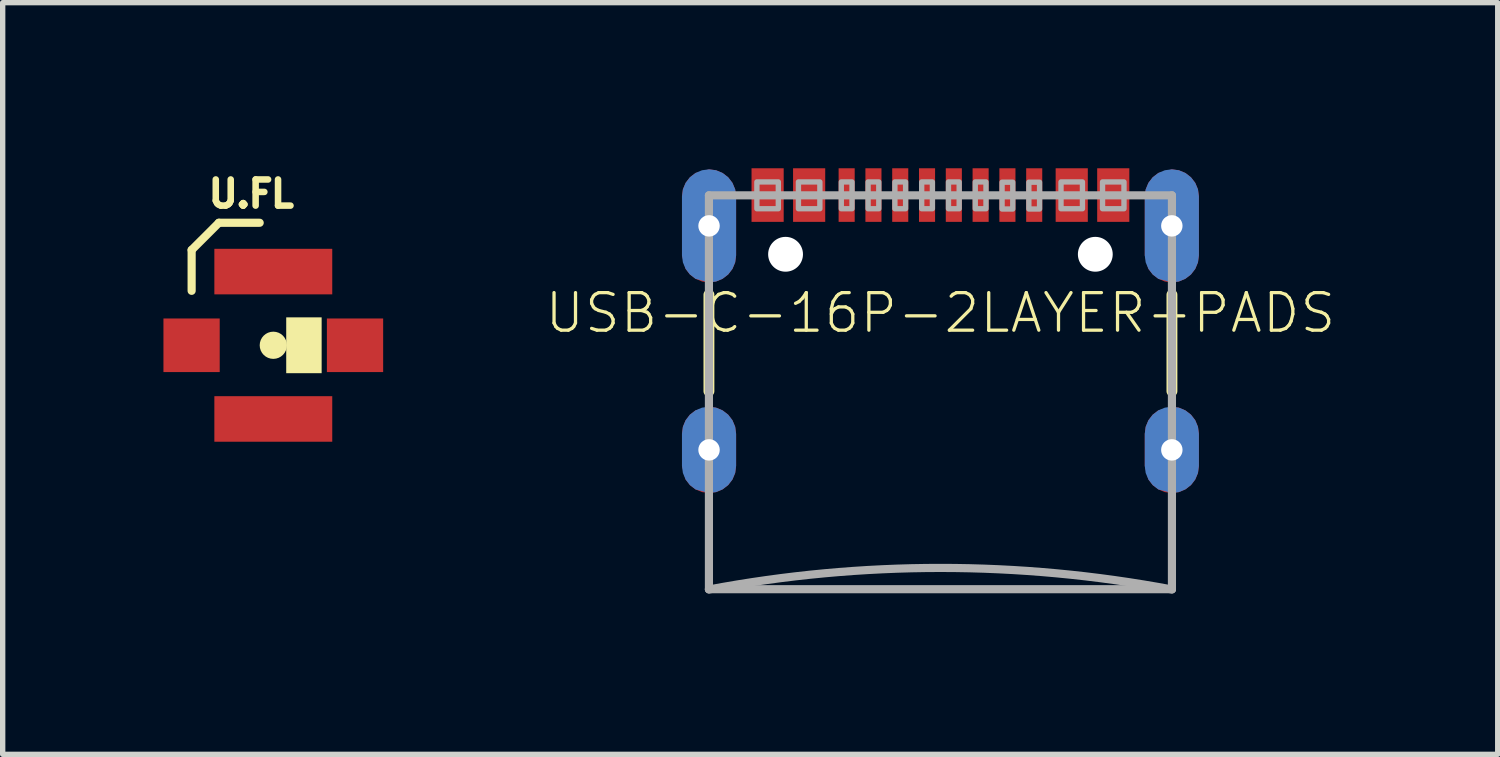
<source format=kicad_pcb>
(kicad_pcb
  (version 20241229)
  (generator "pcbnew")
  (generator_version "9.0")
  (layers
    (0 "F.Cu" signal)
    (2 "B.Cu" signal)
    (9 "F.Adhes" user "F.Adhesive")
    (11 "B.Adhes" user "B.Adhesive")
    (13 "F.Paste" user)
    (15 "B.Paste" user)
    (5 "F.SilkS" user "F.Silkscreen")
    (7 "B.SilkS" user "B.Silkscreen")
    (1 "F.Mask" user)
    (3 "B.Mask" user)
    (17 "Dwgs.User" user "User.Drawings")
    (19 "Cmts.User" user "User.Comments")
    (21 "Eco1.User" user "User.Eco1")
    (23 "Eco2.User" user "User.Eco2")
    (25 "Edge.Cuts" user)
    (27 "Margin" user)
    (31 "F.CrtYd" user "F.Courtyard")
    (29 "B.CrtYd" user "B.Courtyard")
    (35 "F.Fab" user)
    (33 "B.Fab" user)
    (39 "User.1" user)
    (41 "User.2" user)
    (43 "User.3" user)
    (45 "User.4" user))
  (footprint "USB-C-16P-2LAYER-PADS"
    (layer "F.Cu")
    (at 14.499 0.25)
    (property "Reference" "USB-C-16P-2LAYER-PADS" (at 0 2.54 0) (layer "F.SilkS") (effects (font (size 0.701 0.701) (thickness 0.061))))
    (fp_poly (pts (xy -4.187 -0.123) (xy -4.065 -0.072) (xy -3.961 0.008) (xy -3.881 0.112) (xy -3.83 0.234) (xy -3.813 0.365) (xy -3.813 1.465) (xy -3.83 1.596) (xy -3.881 1.718) (xy -3.961 1.822) (xy -4.065 1.902) (xy -4.187 1.953) (xy -4.318 1.97) (xy -4.449 1.953) (xy -4.571 1.902) (xy -4.675 1.822) (xy -4.756 1.717) (xy -4.823 1.466) (xy -4.823 0.365) (xy -4.806 0.234) (xy -4.755 0.112) (xy -4.675 0.008) (xy -4.57 -0.073) (xy -4.318 -0.14)) (stroke (width 0) (type default)) (fill yes) (layer "F.Cu"))
    (fp_poly (pts (xy -4.187 4.307) (xy -4.065 4.358) (xy -3.961 4.438) (xy -3.881 4.542) (xy -3.83 4.664) (xy -3.813 4.795) (xy -3.813 5.395) (xy -3.83 5.526) (xy -3.881 5.648) (xy -3.961 5.752) (xy -4.065 5.832) (xy -4.187 5.883) (xy -4.318 5.9) (xy -4.449 5.883) (xy -4.571 5.832) (xy -4.675 5.752) (xy -4.756 5.647) (xy -4.823 5.396) (xy -4.823 4.795) (xy -4.806 4.664) (xy -4.755 4.542) (xy -4.675 4.438) (xy -4.57 4.357) (xy -4.318 4.29)) (stroke (width 0) (type default)) (fill yes) (layer "F.Cu"))
    (fp_poly (pts (xy 4.449 -0.123) (xy 4.571 -0.072) (xy 4.675 0.008) (xy 4.755 0.112) (xy 4.806 0.234) (xy 4.823 0.365) (xy 4.823 1.465) (xy 4.806 1.596) (xy 4.755 1.718) (xy 4.675 1.822) (xy 4.571 1.902) (xy 4.449 1.953) (xy 4.318 1.97) (xy 4.187 1.953) (xy 4.065 1.902) (xy 3.961 1.822) (xy 3.88 1.717) (xy 3.813 1.466) (xy 3.813 0.365) (xy 3.83 0.234) (xy 3.881 0.112) (xy 3.961 0.008) (xy 4.066 -0.073) (xy 4.318 -0.14)) (stroke (width 0) (type default)) (fill yes) (layer "F.Cu"))
    (fp_poly (pts (xy 4.449 4.307) (xy 4.571 4.358) (xy 4.675 4.438) (xy 4.755 4.542) (xy 4.806 4.664) (xy 4.823 4.795) (xy 4.823 5.395) (xy 4.806 5.526) (xy 4.755 5.648) (xy 4.675 5.752) (xy 4.571 5.832) (xy 4.449 5.883) (xy 4.318 5.9) (xy 4.187 5.883) (xy 4.065 5.832) (xy 3.961 5.752) (xy 3.88 5.647) (xy 3.813 5.396) (xy 3.813 4.795) (xy 3.83 4.664) (xy 3.881 4.542) (xy 3.961 4.438) (xy 4.066 4.357) (xy 4.318 4.29)) (stroke (width 0) (type default)) (fill yes) (layer "F.Cu"))
    (fp_poly (pts (xy -4.169 -0.226) (xy -4.026 -0.173) (xy -3.902 -0.085) (xy -3.804 0.032) (xy -3.741 0.17) (xy -3.715 0.32) (xy -3.715 1.52) (xy -3.742 1.669) (xy -3.806 1.805) (xy -3.904 1.92) (xy -4.028 2.007) (xy -4.17 2.058) (xy -4.32 2.07) (xy -4.47 2.058) (xy -4.612 2.007) (xy -4.736 1.92) (xy -4.834 1.805) (xy -4.925 1.521) (xy -4.925 0.32) (xy -4.899 0.17) (xy -4.836 0.032) (xy -4.738 -0.085) (xy -4.614 -0.174) (xy -4.32 -0.24)) (stroke (width 0) (type default)) (fill yes) (layer "F.Mask"))
    (fp_poly (pts (xy -4.163 4.211) (xy -4.017 4.273) (xy -3.891 4.37) (xy -3.795 4.496) (xy -3.735 4.643) (xy -3.715 4.8) (xy -3.715 5.4) (xy -3.736 5.556) (xy -3.797 5.701) (xy -3.893 5.825) (xy -4.018 5.921) (xy -4.164 5.98) (xy -4.32 6) (xy -4.476 5.98) (xy -4.622 5.921) (xy -4.747 5.825) (xy -4.843 5.701) (xy -4.925 5.401) (xy -4.925 4.8) (xy -4.905 4.643) (xy -4.845 4.496) (xy -4.749 4.37) (xy -4.623 4.272) (xy -4.32 4.19)) (stroke (width 0) (type default)) (fill yes) (layer "F.Mask"))
    (fp_poly (pts (xy 4.471 -0.226) (xy 4.614 -0.173) (xy 4.738 -0.085) (xy 4.836 0.032) (xy 4.899 0.17) (xy 4.925 0.32) (xy 4.925 1.52) (xy 4.898 1.669) (xy 4.834 1.805) (xy 4.736 1.92) (xy 4.612 2.007) (xy 4.47 2.058) (xy 4.32 2.07) (xy 4.17 2.058) (xy 4.028 2.007) (xy 3.904 1.92) (xy 3.806 1.805) (xy 3.715 1.521) (xy 3.715 0.32) (xy 3.741 0.17) (xy 3.804 0.032) (xy 3.902 -0.085) (xy 4.026 -0.174) (xy 4.32 -0.24)) (stroke (width 0) (type default)) (fill yes) (layer "F.Mask"))
    (fp_poly (pts (xy 4.477 4.211) (xy 4.623 4.273) (xy 4.749 4.37) (xy 4.845 4.496) (xy 4.905 4.643) (xy 4.925 4.8) (xy 4.925 5.4) (xy 4.904 5.556) (xy 4.843 5.701) (xy 4.747 5.825) (xy 4.622 5.921) (xy 4.476 5.98) (xy 4.32 6) (xy 4.164 5.98) (xy 4.018 5.921) (xy 3.893 5.825) (xy 3.797 5.701) (xy 3.715 5.401) (xy 3.715 4.8) (xy 3.735 4.643) (xy 3.795 4.496) (xy 3.891 4.37) (xy 4.017 4.272) (xy 4.32 4.19)) (stroke (width 0) (type default)) (fill yes) (layer "F.Mask"))
    (fp_poly (pts (xy -4.187 -0.123) (xy -4.065 -0.072) (xy -3.961 0.008) (xy -3.881 0.112) (xy -3.83 0.234) (xy -3.813 0.365) (xy -3.813 1.465) (xy -3.83 1.596) (xy -3.881 1.718) (xy -3.961 1.822) (xy -4.065 1.902) (xy -4.187 1.953) (xy -4.318 1.97) (xy -4.57 1.903) (xy -4.675 1.822) (xy -4.755 1.718) (xy -4.806 1.596) (xy -4.823 1.465) (xy -4.823 0.365) (xy -4.806 0.234) (xy -4.755 0.112) (xy -4.675 0.008) (xy -4.571 -0.072) (xy -4.449 -0.123) (xy -4.318 -0.14)) (stroke (width 0) (type default)) (fill yes) (layer "B.Cu"))
    (fp_poly (pts (xy -4.187 4.307) (xy -4.065 4.358) (xy -3.961 4.438) (xy -3.881 4.542) (xy -3.83 4.664) (xy -3.813 4.795) (xy -3.813 5.395) (xy -3.83 5.526) (xy -3.881 5.648) (xy -3.961 5.752) (xy -4.065 5.832) (xy -4.187 5.883) (xy -4.318 5.9) (xy -4.57 5.833) (xy -4.675 5.752) (xy -4.755 5.648) (xy -4.806 5.526) (xy -4.823 5.395) (xy -4.823 4.795) (xy -4.806 4.664) (xy -4.755 4.542) (xy -4.675 4.438) (xy -4.571 4.358) (xy -4.449 4.307) (xy -4.318 4.29)) (stroke (width 0) (type default)) (fill yes) (layer "B.Cu"))
    (fp_poly (pts (xy 4.449 -0.123) (xy 4.571 -0.072) (xy 4.675 0.008) (xy 4.755 0.112) (xy 4.806 0.234) (xy 4.823 0.365) (xy 4.823 1.465) (xy 4.806 1.596) (xy 4.755 1.718) (xy 4.675 1.822) (xy 4.571 1.902) (xy 4.449 1.953) (xy 4.318 1.97) (xy 4.066 1.903) (xy 3.961 1.822) (xy 3.881 1.718) (xy 3.83 1.596) (xy 3.813 1.465) (xy 3.813 0.365) (xy 3.83 0.234) (xy 3.881 0.112) (xy 3.961 0.008) (xy 4.065 -0.072) (xy 4.187 -0.123) (xy 4.318 -0.14)) (stroke (width 0) (type default)) (fill yes) (layer "B.Cu"))
    (fp_poly (pts (xy 4.449 4.307) (xy 4.571 4.358) (xy 4.675 4.438) (xy 4.755 4.542) (xy 4.806 4.664) (xy 4.823 4.795) (xy 4.823 5.395) (xy 4.806 5.526) (xy 4.755 5.648) (xy 4.675 5.752) (xy 4.571 5.832) (xy 4.449 5.883) (xy 4.318 5.9) (xy 4.066 5.833) (xy 3.961 5.752) (xy 3.881 5.648) (xy 3.83 5.526) (xy 3.813 5.395) (xy 3.813 4.795) (xy 3.83 4.664) (xy 3.881 4.542) (xy 3.961 4.438) (xy 4.065 4.358) (xy 4.187 4.307) (xy 4.318 4.29)) (stroke (width 0) (type default)) (fill yes) (layer "B.Cu"))
    (fp_line (start -4.32 2.2) (end -4.32 4) (stroke (width 0.203) (type solid)) (layer "F.SilkS"))
    (fp_line (start 4.32 2.2) (end 4.32 4) (stroke (width 0.203) (type solid)) (layer "F.SilkS"))
    (fp_poly (pts (xy -4.219 -0.146) (xy -4.094 -0.103) (xy -3.984 -0.029) (xy -3.898 0.071) (xy -3.84 0.19) (xy -3.815 0.32) (xy -3.815 1.521) (xy -3.854 1.668) (xy -3.937 1.796) (xy -4.056 1.892) (xy -4.35 1.955) (xy -4.491 1.939) (xy -4.621 1.88) (xy -4.727 1.784) (xy -4.825 1.521) (xy -4.825 0.32) (xy -4.802 0.173) (xy -4.734 0.041) (xy -4.629 -0.065) (xy -4.351 -0.155)) (stroke (width 0) (type default)) (fill yes) (layer "F.Paste"))
    (fp_poly (pts (xy -4.147 4.322) (xy -4.011 4.395) (xy -3.903 4.507) (xy -3.815 4.799) (xy -3.815 5.4) (xy -3.836 5.553) (xy -3.904 5.693) (xy -4.011 5.805) (xy -4.299 5.905) (xy -4.434 5.89) (xy -4.559 5.841) (xy -4.667 5.761) (xy -4.751 5.656) (xy -4.825 5.401) (xy -4.825 4.8) (xy -4.805 4.667) (xy -4.751 4.544) (xy -4.667 4.439) (xy -4.559 4.359) (xy -4.3 4.295)) (stroke (width 0) (type default)) (fill yes) (layer "F.Paste"))
    (fp_poly (pts (xy 4.43 -0.145) (xy 4.553 -0.101) (xy 4.661 -0.026) (xy 4.745 0.073) (xy 4.801 0.191) (xy 4.825 0.32) (xy 4.825 1.521) (xy 4.787 1.667) (xy 4.707 1.794) (xy 4.59 1.89) (xy 4.3 1.955) (xy 4.164 1.949) (xy 4.035 1.902) (xy 3.927 1.816) (xy 3.815 1.571) (xy 3.815 0.37) (xy 3.827 0.239) (xy 3.873 0.115) (xy 3.949 0.007) (xy 4.05 -0.077) (xy 4.299 -0.155)) (stroke (width 0) (type default)) (fill yes) (layer "F.Paste"))
    (fp_poly (pts (xy 4.434 4.31) (xy 4.559 4.359) (xy 4.667 4.439) (xy 4.751 4.544) (xy 4.805 4.667) (xy 4.825 4.8) (xy 4.825 5.4) (xy 4.806 5.552) (xy 4.74 5.691) (xy 4.635 5.803) (xy 4.351 5.905) (xy 4.221 5.899) (xy 4.097 5.859) (xy 3.989 5.789) (xy 3.901 5.692) (xy 3.815 5.451) (xy 3.815 4.85) (xy 3.824 4.715) (xy 3.867 4.586) (xy 3.942 4.472) (xy 4.045 4.382) (xy 4.299 4.295)) (stroke (width 0) (type default)) (fill yes) (layer "F.Paste"))
    (fp_line (start -4.32 0.345) (end -4.32 1.965) (stroke (width 0.01) (type solid)) (layer "F.Fab"))
    (fp_line (start -4.32 0.345) (end 4.32 0.345) (stroke (width 0.152) (type solid)) (layer "F.Fab"))
    (fp_line (start -4.32 4.295) (end -4.32 5.895) (stroke (width 0.01) (type solid)) (layer "F.Fab"))
    (fp_line (start -4.32 7.695) (end -4.32 0.345) (stroke (width 0.152) (type solid)) (layer "F.Fab"))
    (fp_line (start -4.32 7.695) (end 4.32 7.695) (stroke (width 0.152) (type solid)) (layer "F.Fab"))
    (fp_line (start 4.32 0.345) (end 4.32 1.965) (stroke (width 0.01) (type solid)) (layer "F.Fab"))
    (fp_line (start 4.32 0.345) (end 4.32 7.695) (stroke (width 0.152) (type solid)) (layer "F.Fab"))
    (fp_line (start 4.32 4.295) (end 4.32 5.895) (stroke (width 0.01) (type solid)) (layer "F.Fab"))
    (fp_arc (start -4.32 7.7) (mid 0 7.297675) (end 4.32 7.7) (stroke (width 0.1524) (type solid)) (layer "F.Fab"))
    (fp_poly (pts (xy -3.425 0.595) (xy -3.025 0.595) (xy -3.025 0.095) (xy -3.425 0.095)) (stroke (width 0.1) (type default)) (fill no) (layer "F.Fab"))
    (fp_poly (pts (xy -2.65 0.595) (xy -2.25 0.595) (xy -2.25 0.095) (xy -2.65 0.095)) (stroke (width 0.1) (type default)) (fill no) (layer "F.Fab"))
    (fp_poly (pts (xy -1.85 0.595) (xy -1.65 0.595) (xy -1.65 0.095) (xy -1.85 0.095)) (stroke (width 0.1) (type default)) (fill no) (layer "F.Fab"))
    (fp_poly (pts (xy -1.35 0.595) (xy -1.15 0.595) (xy -1.15 0.095) (xy -1.35 0.095)) (stroke (width 0.1) (type default)) (fill no) (layer "F.Fab"))
    (fp_poly (pts (xy -0.85 0.595) (xy -0.65 0.595) (xy -0.65 0.095) (xy -0.85 0.095)) (stroke (width 0.1) (type default)) (fill no) (layer "F.Fab"))
    (fp_poly (pts (xy -0.35 0.595) (xy -0.15 0.595) (xy -0.15 0.095) (xy -0.35 0.095)) (stroke (width 0.1) (type default)) (fill no) (layer "F.Fab"))
    (fp_poly (pts (xy 0.15 0.595) (xy 0.35 0.595) (xy 0.35 0.095) (xy 0.15 0.095)) (stroke (width 0.1) (type default)) (fill no) (layer "F.Fab"))
    (fp_poly (pts (xy 0.65 0.595) (xy 0.85 0.595) (xy 0.85 0.095) (xy 0.65 0.095)) (stroke (width 0.1) (type default)) (fill no) (layer "F.Fab"))
    (fp_poly (pts (xy 1.15 0.6) (xy 1.35 0.6) (xy 1.35 0.1) (xy 1.15 0.1)) (stroke (width 0.1) (type default)) (fill no) (layer "F.Fab"))
    (fp_poly (pts (xy 1.65 0.6) (xy 1.85 0.6) (xy 1.85 0.1) (xy 1.65 0.1)) (stroke (width 0.1) (type default)) (fill no) (layer "F.Fab"))
    (fp_poly (pts (xy 2.25 0.595) (xy 2.65 0.595) (xy 2.65 0.095) (xy 2.25 0.095)) (stroke (width 0.1) (type default)) (fill no) (layer "F.Fab"))
    (fp_poly (pts (xy 3.025 0.595) (xy 3.425 0.595) (xy 3.425 0.095) (xy 3.025 0.095)) (stroke (width 0.1) (type default)) (fill no) (layer "F.Fab"))
    (pad "" np_thru_hole circle (at -2.89 1.445) (size 0.65 0.65) (drill 0.65) (layers "*.Cu" "*.Mask"))
    (pad "" np_thru_hole circle (at 2.89 1.445) (size 0.65 0.65) (drill 0.65) (layers "*.Cu" "*.Mask"))
    (pad "A5" smd rect (at -1.25 0.34 180) (size 0.3 1) (layers "F.Cu" "F.Mask" "F.Paste"))
    (pad "A6" smd rect (at -0.25 0.34 180) (size 0.3 1) (layers "F.Cu" "F.Mask" "F.Paste"))
    (pad "A7" smd rect (at 0.25 0.34) (size 0.3 1) (layers "F.Cu" "F.Mask" "F.Paste"))
    (pad "A8" smd rect (at 1.25 0.34) (size 0.3 1) (layers "F.Cu" "F.Mask" "F.Paste"))
    (pad "B5" smd rect (at 1.75 0.34) (size 0.3 1) (layers "F.Cu" "F.Mask" "F.Paste"))
    (pad "B6" smd rect (at 0.75 0.34) (size 0.3 1) (layers "F.Cu" "F.Mask" "F.Paste"))
    (pad "B7" smd rect (at -0.75 0.34 180) (size 0.3 1) (layers "F.Cu" "F.Mask" "F.Paste"))
    (pad "B8" smd rect (at -1.75 0.34 180) (size 0.3 1) (layers "F.Cu" "F.Mask" "F.Paste"))
    (pad "GND" smd rect (at -3.225 0.34 180) (size 0.6 1) (layers "F.Cu" "F.Mask" "F.Paste"))
    (pad "GND2" smd rect (at 3.225 0.34) (size 0.6 1) (layers "F.Cu" "F.Mask" "F.Paste"))
    (pad "SHLD1" thru_hole oval (at -4.318 0.915 90) (size 1.2 0.6) (drill 0.4) (layers "*.Cu"))
    (pad "SHLD2" thru_hole oval (at 4.318 0.915 90) (size 1.2 0.6) (drill 0.4) (layers "*.Cu"))
    (pad "SHLD3" thru_hole oval (at -4.318 5.095 90) (size 1.2 0.6) (drill 0.4) (layers "*.Cu"))
    (pad "SHLD4" thru_hole oval (at 4.318 5.095 90) (size 1.2 0.6) (drill 0.4) (layers "*.Cu"))
    (pad "VBUS1" smd rect (at -2.45 0.34 180) (size 0.6 1) (layers "F.Cu" "F.Mask" "F.Paste"))
    (pad "VBUS2" smd rect (at 2.45 0.34) (size 0.6 1) (layers "F.Cu" "F.Mask" "F.Paste")))
  (footprint "U.FL"
    (layer "F.Cu")
    (at 2.05 3.393)
    (property "Reference" "U.FL" (at -1.27 -2.54 0) (layer "F.SilkS") (effects (font (size 0.488 0.488) (thickness 0.122)) (justify left bottom)))
    (fp_line (start -1.524 -1.778) (end -1.016 -2.286) (stroke (width 0.152) (type solid)) (layer "F.SilkS"))
    (fp_line (start -1.524 -1.016) (end -1.524 -1.778) (stroke (width 0.152) (type solid)) (layer "F.SilkS"))
    (fp_line (start -1.016 -2.286) (end -0.254 -2.286) (stroke (width 0.152) (type solid)) (layer "F.SilkS"))
    (fp_circle (center 0 0) (end 0.127 0) (stroke (width 0.254) (type solid)) (fill no) (layer "F.SilkS"))
    (fp_poly (pts (xy 0.902 0.521) (xy 0.241 0.521) (xy 0.241 -0.521) (xy 0.902 -0.521)) (stroke (width 0) (type default)) (fill yes) (layer "F.SilkS"))
    (pad "1" smd rect (at 0 -1.375) (size 2.2 0.85) (layers "F.Cu" "F.Mask" "F.Paste"))
    (pad "2" smd rect (at 0 1.375) (size 2.2 0.85) (layers "F.Cu" "F.Mask" "F.Paste"))
    (pad "FEED" smd rect (at 1.525 0) (size 1.05 1) (layers "F.Cu" "F.Mask" "F.Paste"))
    (pad "NC" smd rect (at -1.525 0) (size 1.05 1) (layers "F.Cu" "F.Mask" "F.Paste")))
  (gr_rect
    (start -3 -3)
    (end 24.898 11.026)
    (stroke (width 0.1) (type default))
    (fill no)
    (layer "Edge.Cuts")))
</source>
